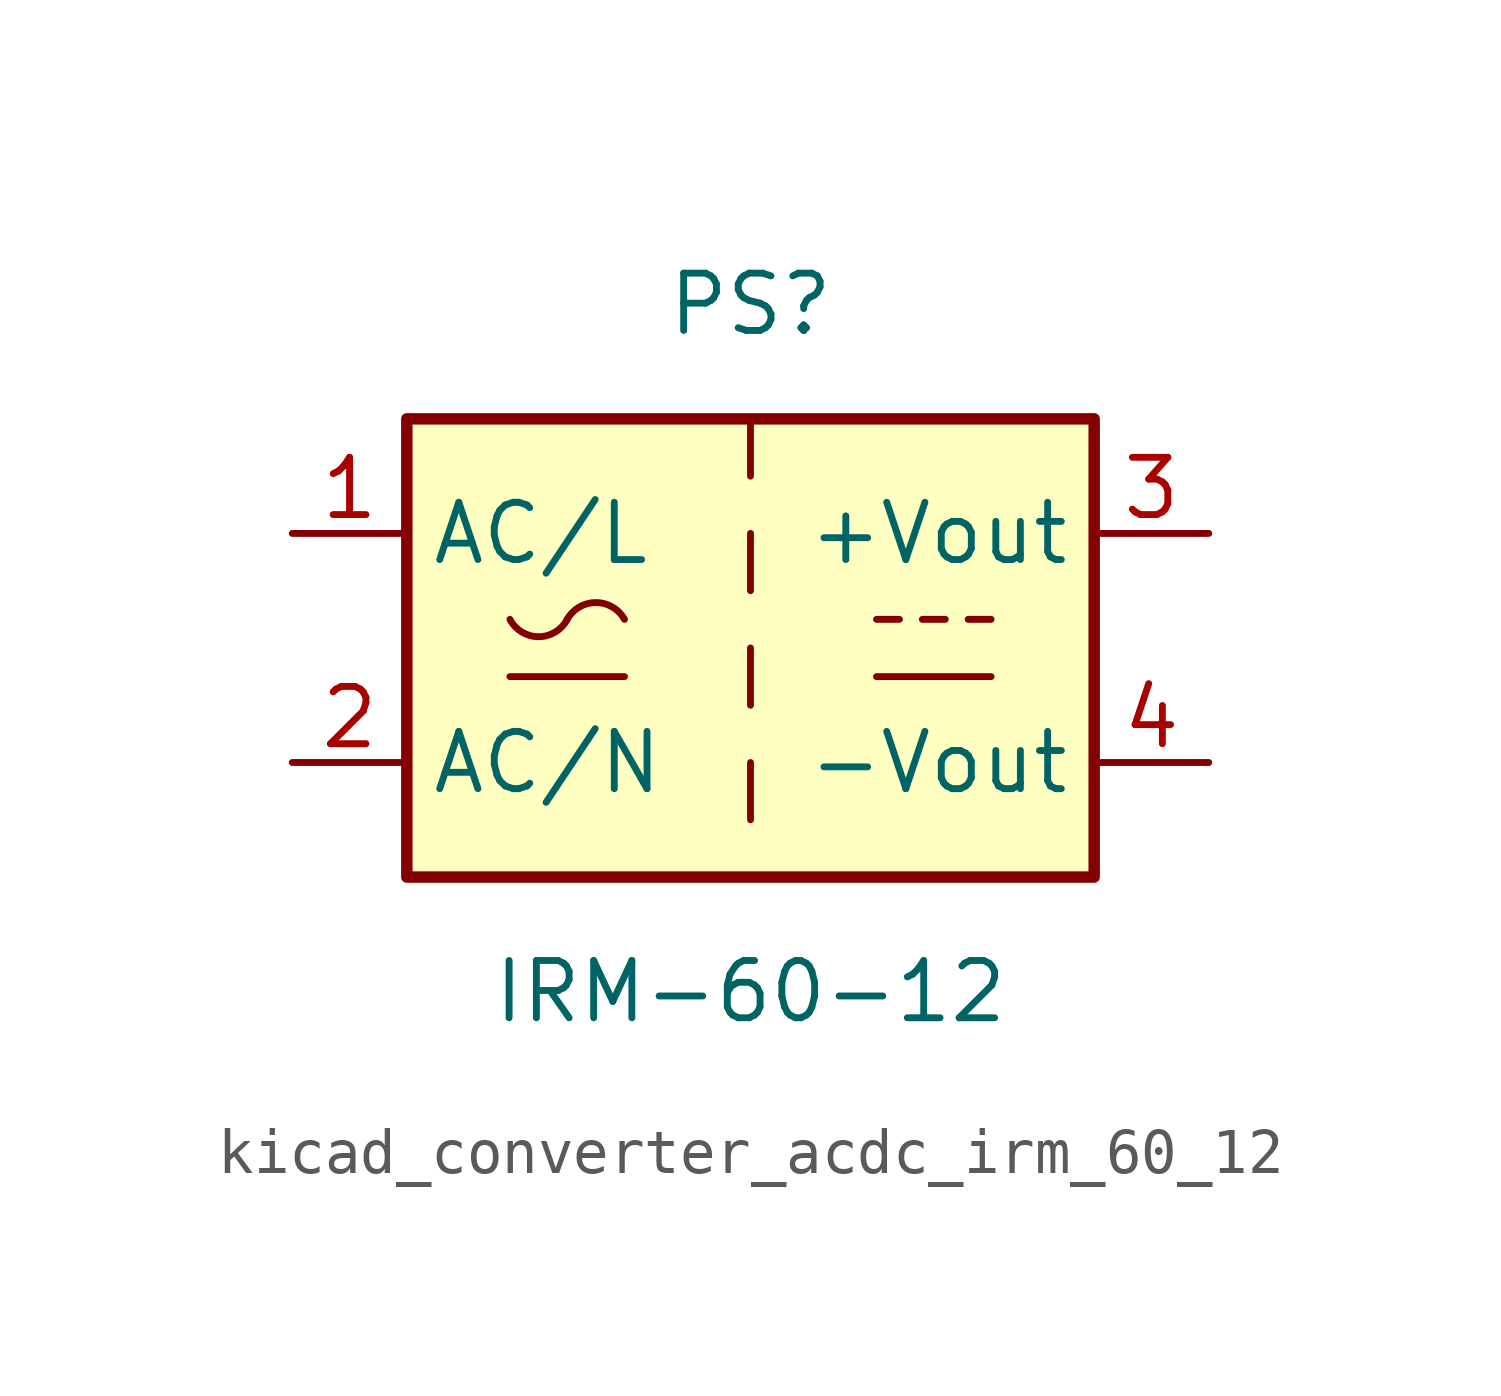
<source format=kicad_sym>
(kicad_symbol_lib
  (version 20220914)
  (generator kicad_symbol_editor)
  (symbol "kicad_converter_acdc_irm_60_12"
    (property "Reference" "PS"
      (at 0 7.62 0)
      (effects (font (size 1.27 1.27))))
    (property "Value" "IRM-60-12"
      (at 0 -7.62 0)
      (effects (font (size 1.27 1.27))))
    (symbol "kicad_converter_acdc_irm_60_12_1_1"
      (rectangle (start -7.62 5.08) (end 7.62 -5.08) (stroke (width 0.254) (type default)) (fill (type background)))
      (arc (start -5.334 0.635) (mid -4.699 0.2495) (end -4.064 0.635) (stroke (width 0) (type default)) (fill (type none)))
      (arc (start -2.794 0.635) (mid -3.429 1.0072) (end -4.064 0.635) (stroke (width 0) (type default)) (fill (type none)))
      (polyline (pts (xy -5.334 -0.635) (xy -2.794 -0.635)) (stroke (width 0) (type default)) (fill (type none)))
      (polyline (pts (xy 0 -2.54) (xy 0 -3.81)) (stroke (width 0) (type default)) (fill (type none)))
      (polyline (pts (xy 0 0) (xy 0 -1.27)) (stroke (width 0) (type default)) (fill (type none)))
      (polyline (pts (xy 0 2.54) (xy 0 1.27)) (stroke (width 0) (type default)) (fill (type none)))
      (polyline (pts (xy 0 5.08) (xy 0 3.81)) (stroke (width 0) (type default)) (fill (type none)))
      (polyline (pts (xy 2.794 -0.635) (xy 5.334 -0.635)) (stroke (width 0) (type default)) (fill (type none)))
      (polyline (pts (xy 2.794 0.635) (xy 3.302 0.635)) (stroke (width 0) (type default)) (fill (type none)))
      (polyline (pts (xy 3.81 0.635) (xy 4.318 0.635)) (stroke (width 0) (type default)) (fill (type none)))
      (polyline (pts (xy 4.826 0.635) (xy 5.334 0.635)) (stroke (width 0) (type default)) (fill (type none)))
      (pin power_in line (at -10.16 2.54 0) (length 2.54) (name "AC/L" (effects (font (size 1.27 1.27)))) (number "1" (effects (font (size 1.27 1.27)))))
      (pin power_in line (at -10.16 -2.54 0) (length 2.54) (name "AC/N" (effects (font (size 1.27 1.27)))) (number "2" (effects (font (size 1.27 1.27)))))
      (pin power_out line (at 10.16 2.54 180) (length 2.54) (name "+Vout" (effects (font (size 1.27 1.27)))) (number "3" (effects (font (size 1.27 1.27)))))
      (pin power_out line (at 10.16 -2.54 180) (length 2.54) (name "-Vout" (effects (font (size 1.27 1.27)))) (number "4" (effects (font (size 1.27 1.27))))))))
</source>
